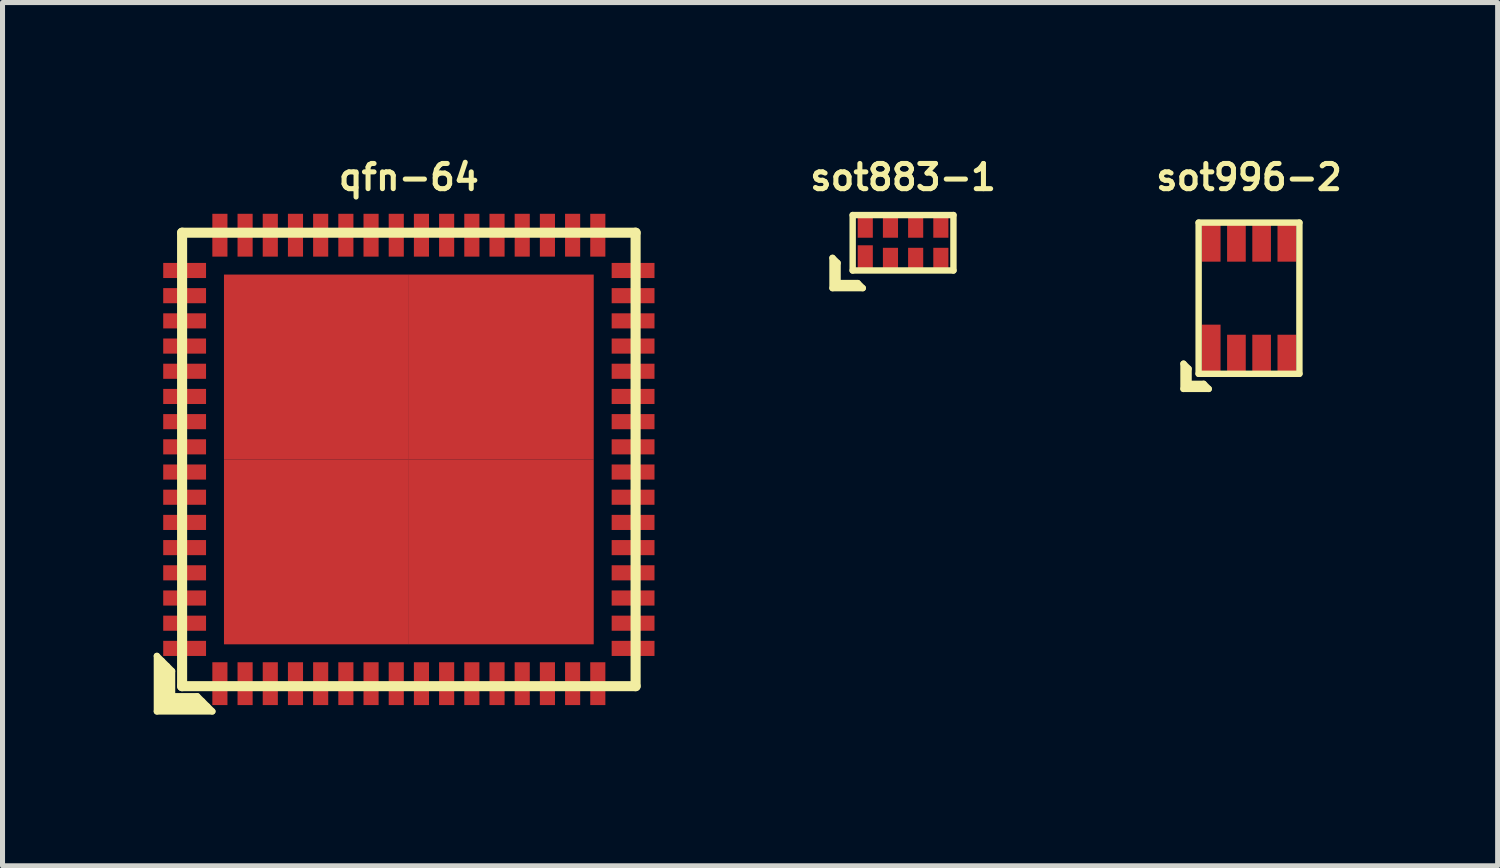
<source format=kicad_pcb>
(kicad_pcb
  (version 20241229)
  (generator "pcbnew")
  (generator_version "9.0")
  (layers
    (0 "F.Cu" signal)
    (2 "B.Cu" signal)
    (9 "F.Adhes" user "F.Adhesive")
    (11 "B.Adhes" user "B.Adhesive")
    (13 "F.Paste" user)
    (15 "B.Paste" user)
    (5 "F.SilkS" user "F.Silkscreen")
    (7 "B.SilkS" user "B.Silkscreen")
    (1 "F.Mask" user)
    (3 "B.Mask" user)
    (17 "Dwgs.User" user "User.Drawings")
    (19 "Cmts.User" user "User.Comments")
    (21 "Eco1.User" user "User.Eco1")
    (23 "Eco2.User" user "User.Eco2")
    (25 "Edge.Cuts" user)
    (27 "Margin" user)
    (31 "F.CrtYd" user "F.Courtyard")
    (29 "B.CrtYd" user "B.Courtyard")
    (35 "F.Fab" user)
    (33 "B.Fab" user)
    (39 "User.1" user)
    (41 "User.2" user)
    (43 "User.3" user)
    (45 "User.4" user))
  (footprint "sot996-2"
    (layer "F.Cu")
    (at 21.738 2.868)
    (property "Reference" "sot996-2" (at 0 -2.4 0) (layer "F.SilkS") (effects (font (size 0.5 0.5) (thickness 0.1))))
    (attr through_hole)
    (fp_line (start -1.3 1.3) (end -1.2 1.4) (stroke (width 0.127) (type solid)) (layer "F.SilkS"))
    (fp_line (start -1.3 1.8) (end -1.3 1.3) (stroke (width 0.127) (type solid)) (layer "F.SilkS"))
    (fp_line (start -1.2 1.4) (end -1.2 1.7) (stroke (width 0.127) (type solid)) (layer "F.SilkS"))
    (fp_line (start -1.2 1.7) (end -0.9 1.7) (stroke (width 0.127) (type solid)) (layer "F.SilkS"))
    (fp_line (start -1 -1.5) (end 1 -1.5) (stroke (width 0.127) (type solid)) (layer "F.SilkS"))
    (fp_line (start -1 1.5) (end -1 -1.5) (stroke (width 0.127) (type solid)) (layer "F.SilkS"))
    (fp_line (start -1 1.5) (end 1 1.5) (stroke (width 0.127) (type solid)) (layer "F.SilkS"))
    (fp_line (start -0.8 1.8) (end -1.3 1.8) (stroke (width 0.127) (type solid)) (layer "F.SilkS"))
    (fp_line (start -0.8 1.8) (end -0.9 1.7) (stroke (width 0.127) (type solid)) (layer "F.SilkS"))
    (fp_line (start 1 -1.5) (end 1 1.5) (stroke (width 0.127) (type solid)) (layer "F.SilkS"))
    (pad "1" smd rect (at -0.75 1.025) (size 0.37 1) (layers "F.Cu" "F.Mask" "F.Paste"))
    (pad "2" smd rect (at -0.25 1.125) (size 0.37 0.8) (layers "F.Cu" "F.Mask" "F.Paste"))
    (pad "3" smd rect (at 0.25 1.125) (size 0.37 0.8) (layers "F.Cu" "F.Mask" "F.Paste"))
    (pad "4" smd rect (at 0.75 1.125) (size 0.37 0.8) (layers "F.Cu" "F.Mask" "F.Paste"))
    (pad "5" smd rect (at 0.75 -1.125) (size 0.37 0.8) (layers "F.Cu" "F.Mask" "F.Paste"))
    (pad "6" smd rect (at 0.25 -1.125) (size 0.37 0.8) (layers "F.Cu" "F.Mask" "F.Paste"))
    (pad "7" smd rect (at -0.25 -1.125) (size 0.37 0.8) (layers "F.Cu" "F.Mask" "F.Paste"))
    (pad "8" smd rect (at -0.75 -1.125) (size 0.37 0.8) (layers "F.Cu" "F.Mask" "F.Paste")))
  (footprint "sot883-1"
    (layer "F.Cu")
    (at 14.872 1.768)
    (property "Reference" "sot883-1" (at 0 -1.3 0) (layer "F.SilkS") (effects (font (size 0.5 0.5) (thickness 0.1))))
    (attr through_hole)
    (fp_line (start -1.4 0.3) (end -1.3 0.4) (stroke (width 0.127) (type solid)) (layer "F.SilkS"))
    (fp_line (start -1.4 0.9) (end -1.4 0.3) (stroke (width 0.127) (type solid)) (layer "F.SilkS"))
    (fp_line (start -1.3 0.4) (end -1.3 0.8) (stroke (width 0.127) (type solid)) (layer "F.SilkS"))
    (fp_line (start -1.3 0.8) (end -0.9 0.8) (stroke (width 0.127) (type solid)) (layer "F.SilkS"))
    (fp_line (start -1 -0.55) (end 1 -0.55) (stroke (width 0.127) (type solid)) (layer "F.SilkS"))
    (fp_line (start -1 0.55) (end -1 -0.55) (stroke (width 0.127) (type solid)) (layer "F.SilkS"))
    (fp_line (start -0.9 0.8) (end -0.8 0.9) (stroke (width 0.127) (type solid)) (layer "F.SilkS"))
    (fp_line (start -0.8 0.9) (end -1.4 0.9) (stroke (width 0.127) (type solid)) (layer "F.SilkS"))
    (fp_line (start 1 -0.55) (end 1 0.55) (stroke (width 0.127) (type solid)) (layer "F.SilkS"))
    (fp_line (start 1 0.55) (end -1 0.55) (stroke (width 0.127) (type solid)) (layer "F.SilkS"))
    (pad "1" smd rect (at -0.75 0.275) (size 0.3 0.45) (layers "F.Cu" "F.Mask" "F.Paste"))
    (pad "2" smd rect (at -0.25 0.3) (size 0.3 0.4) (layers "F.Cu" "F.Mask" "F.Paste"))
    (pad "3" smd rect (at 0.25 0.3) (size 0.3 0.4) (layers "F.Cu" "F.Mask" "F.Paste"))
    (pad "4" smd rect (at 0.75 0.3) (size 0.3 0.4) (layers "F.Cu" "F.Mask" "F.Paste"))
    (pad "5" smd rect (at 0.75 -0.3) (size 0.3 0.4) (layers "F.Cu" "F.Mask" "F.Paste"))
    (pad "6" smd rect (at 0.25 -0.3) (size 0.3 0.4) (layers "F.Cu" "F.Mask" "F.Paste"))
    (pad "7" smd rect (at -0.25 -0.3) (size 0.3 0.4) (layers "F.Cu" "F.Mask" "F.Paste"))
    (pad "8" smd rect (at -0.75 -0.3) (size 0.3 0.4) (layers "F.Cu" "F.Mask" "F.Paste")))
  (footprint "qfn-64"
    (layer "F.Cu")
    (at 5.064 6.068)
    (property "Reference" "qfn-64" (at 0 -5.6 0) (layer "F.SilkS") (effects (font (size 0.5 0.5) (thickness 0.1))))
    (attr through_hole)
    (fp_line (start -5 3.9) (end -5 5) (stroke (width 0.127) (type solid)) (layer "F.SilkS"))
    (fp_line (start -5 5) (end -3.9 5) (stroke (width 0.127) (type solid)) (layer "F.SilkS"))
    (fp_line (start -4.9 4.9) (end -4.9 4) (stroke (width 0.127) (type solid)) (layer "F.SilkS"))
    (fp_line (start -4.8 4.1) (end -4.8 4.8) (stroke (width 0.127) (type solid)) (layer "F.SilkS"))
    (fp_line (start -4.8 4.8) (end -4.1 4.8) (stroke (width 0.127) (type solid)) (layer "F.SilkS"))
    (fp_line (start -4.7 4.2) (end -5 3.9) (stroke (width 0.127) (type solid)) (layer "F.SilkS"))
    (fp_line (start -4.7 4.7) (end -4.7 4.2) (stroke (width 0.127) (type solid)) (layer "F.SilkS"))
    (fp_line (start -4.5 -4.5) (end -4.5 4.5) (stroke (width 0.2) (type solid)) (layer "F.SilkS"))
    (fp_line (start -4.5 4.5) (end 4.5 4.5) (stroke (width 0.2) (type solid)) (layer "F.SilkS"))
    (fp_line (start -4.2 4.7) (end -4.7 4.7) (stroke (width 0.127) (type solid)) (layer "F.SilkS"))
    (fp_line (start -4 4.9) (end -4.9 4.9) (stroke (width 0.127) (type solid)) (layer "F.SilkS"))
    (fp_line (start -3.9 5) (end -4.2 4.7) (stroke (width 0.127) (type solid)) (layer "F.SilkS"))
    (fp_line (start 4.5 -4.5) (end -4.5 -4.5) (stroke (width 0.2) (type solid)) (layer "F.SilkS"))
    (fp_line (start 4.5 4.5) (end 4.5 -4.5) (stroke (width 0.2) (type solid)) (layer "F.SilkS"))
    (pad "1" smd rect (at -3.75 4.45) (size 0.3 0.85) (layers "F.Cu" "F.Mask" "F.Paste"))
    (pad "2" smd rect (at -3.25 4.45) (size 0.3 0.85) (layers "F.Cu" "F.Mask" "F.Paste"))
    (pad "3" smd rect (at -2.75 4.45) (size 0.3 0.85) (layers "F.Cu" "F.Mask" "F.Paste"))
    (pad "4" smd rect (at -2.25 4.45) (size 0.3 0.85) (layers "F.Cu" "F.Mask" "F.Paste"))
    (pad "5" smd rect (at -1.75 4.45) (size 0.3 0.85) (layers "F.Cu" "F.Mask" "F.Paste"))
    (pad "6" smd rect (at -1.25 4.45) (size 0.3 0.85) (layers "F.Cu" "F.Mask" "F.Paste"))
    (pad "7" smd rect (at -0.75 4.45) (size 0.3 0.85) (layers "F.Cu" "F.Mask" "F.Paste"))
    (pad "8" smd rect (at -0.25 4.45) (size 0.3 0.85) (layers "F.Cu" "F.Mask" "F.Paste"))
    (pad "9" smd rect (at 0.25 4.45) (size 0.3 0.85) (layers "F.Cu" "F.Mask" "F.Paste"))
    (pad "10" smd rect (at 0.75 4.45) (size 0.3 0.85) (layers "F.Cu" "F.Mask" "F.Paste"))
    (pad "11" smd rect (at 1.25 4.45) (size 0.3 0.85) (layers "F.Cu" "F.Mask" "F.Paste"))
    (pad "12" smd rect (at 1.75 4.45) (size 0.3 0.85) (layers "F.Cu" "F.Mask" "F.Paste"))
    (pad "13" smd rect (at 2.25 4.45) (size 0.3 0.85) (layers "F.Cu" "F.Mask" "F.Paste"))
    (pad "14" smd rect (at 2.75 4.45) (size 0.3 0.85) (layers "F.Cu" "F.Mask" "F.Paste"))
    (pad "15" smd rect (at 3.25 4.45) (size 0.3 0.85) (layers "F.Cu" "F.Mask" "F.Paste"))
    (pad "16" smd rect (at 3.75 4.45) (size 0.3 0.85) (layers "F.Cu" "F.Mask" "F.Paste"))
    (pad "17" smd rect (at 4.45 3.75) (size 0.85 0.3) (layers "F.Cu" "F.Mask" "F.Paste"))
    (pad "18" smd rect (at 4.45 3.25) (size 0.85 0.3) (layers "F.Cu" "F.Mask" "F.Paste"))
    (pad "19" smd rect (at 4.45 2.75) (size 0.85 0.3) (layers "F.Cu" "F.Mask" "F.Paste"))
    (pad "20" smd rect (at 4.45 2.25) (size 0.85 0.3) (layers "F.Cu" "F.Mask" "F.Paste"))
    (pad "21" smd rect (at 4.45 1.75) (size 0.85 0.3) (layers "F.Cu" "F.Mask" "F.Paste"))
    (pad "22" smd rect (at 4.45 1.25) (size 0.85 0.3) (layers "F.Cu" "F.Mask" "F.Paste"))
    (pad "23" smd rect (at 4.45 0.75) (size 0.85 0.3) (layers "F.Cu" "F.Mask" "F.Paste"))
    (pad "24" smd rect (at 4.45 0.25) (size 0.85 0.3) (layers "F.Cu" "F.Mask" "F.Paste"))
    (pad "25" smd rect (at 4.45 -0.25) (size 0.85 0.3) (layers "F.Cu" "F.Mask" "F.Paste"))
    (pad "26" smd rect (at 4.45 -0.75) (size 0.85 0.3) (layers "F.Cu" "F.Mask" "F.Paste"))
    (pad "27" smd rect (at 4.45 -1.25) (size 0.85 0.3) (layers "F.Cu" "F.Mask" "F.Paste"))
    (pad "28" smd rect (at 4.45 -1.75) (size 0.85 0.3) (layers "F.Cu" "F.Mask" "F.Paste"))
    (pad "29" smd rect (at 4.45 -2.25) (size 0.85 0.3) (layers "F.Cu" "F.Mask" "F.Paste"))
    (pad "30" smd rect (at 4.45 -2.75) (size 0.85 0.3) (layers "F.Cu" "F.Mask" "F.Paste"))
    (pad "31" smd rect (at 4.45 -3.25) (size 0.85 0.3) (layers "F.Cu" "F.Mask" "F.Paste"))
    (pad "32" smd rect (at 4.45 -3.75) (size 0.85 0.3) (layers "F.Cu" "F.Mask" "F.Paste"))
    (pad "33" smd rect (at 3.75 -4.45) (size 0.3 0.85) (layers "F.Cu" "F.Mask" "F.Paste"))
    (pad "34" smd rect (at 3.25 -4.45) (size 0.3 0.85) (layers "F.Cu" "F.Mask" "F.Paste"))
    (pad "35" smd rect (at 2.75 -4.45) (size 0.3 0.85) (layers "F.Cu" "F.Mask" "F.Paste"))
    (pad "36" smd rect (at 2.25 -4.45) (size 0.3 0.85) (layers "F.Cu" "F.Mask" "F.Paste"))
    (pad "37" smd rect (at 1.75 -4.45) (size 0.3 0.85) (layers "F.Cu" "F.Mask" "F.Paste"))
    (pad "38" smd rect (at 1.25 -4.45) (size 0.3 0.85) (layers "F.Cu" "F.Mask" "F.Paste"))
    (pad "39" smd rect (at 0.75 -4.45) (size 0.3 0.85) (layers "F.Cu" "F.Mask" "F.Paste"))
    (pad "40" smd rect (at 0.25 -4.45) (size 0.3 0.85) (layers "F.Cu" "F.Mask" "F.Paste"))
    (pad "41" smd rect (at -0.25 -4.45) (size 0.3 0.85) (layers "F.Cu" "F.Mask" "F.Paste"))
    (pad "42" smd rect (at -0.75 -4.45) (size 0.3 0.85) (layers "F.Cu" "F.Mask" "F.Paste"))
    (pad "43" smd rect (at -1.25 -4.45) (size 0.3 0.85) (layers "F.Cu" "F.Mask" "F.Paste"))
    (pad "44" smd rect (at -1.75 -4.45) (size 0.3 0.85) (layers "F.Cu" "F.Mask" "F.Paste"))
    (pad "45" smd rect (at -2.25 -4.45) (size 0.3 0.85) (layers "F.Cu" "F.Mask" "F.Paste"))
    (pad "46" smd rect (at -2.75 -4.45) (size 0.3 0.85) (layers "F.Cu" "F.Mask" "F.Paste"))
    (pad "47" smd rect (at -3.25 -4.45) (size 0.3 0.85) (layers "F.Cu" "F.Mask" "F.Paste"))
    (pad "48" smd rect (at -3.75 -4.45) (size 0.3 0.85) (layers "F.Cu" "F.Mask" "F.Paste"))
    (pad "49" smd rect (at -4.45 -3.75) (size 0.85 0.3) (layers "F.Cu" "F.Mask" "F.Paste"))
    (pad "50" smd rect (at -4.45 -3.25) (size 0.85 0.3) (layers "F.Cu" "F.Mask" "F.Paste"))
    (pad "51" smd rect (at -4.45 -2.75) (size 0.85 0.3) (layers "F.Cu" "F.Mask" "F.Paste"))
    (pad "52" smd rect (at -4.45 -2.25) (size 0.85 0.3) (layers "F.Cu" "F.Mask" "F.Paste"))
    (pad "53" smd rect (at -4.45 -1.75) (size 0.85 0.3) (layers "F.Cu" "F.Mask" "F.Paste"))
    (pad "54" smd rect (at -4.45 -1.25) (size 0.85 0.3) (layers "F.Cu" "F.Mask" "F.Paste"))
    (pad "55" smd rect (at -4.45 -0.75) (size 0.85 0.3) (layers "F.Cu" "F.Mask" "F.Paste"))
    (pad "56" smd rect (at -4.45 -0.25) (size 0.85 0.3) (layers "F.Cu" "F.Mask" "F.Paste"))
    (pad "57" smd rect (at -4.45 0.25) (size 0.85 0.3) (layers "F.Cu" "F.Mask" "F.Paste"))
    (pad "58" smd rect (at -4.45 0.75) (size 0.85 0.3) (layers "F.Cu" "F.Mask" "F.Paste"))
    (pad "59" smd rect (at -4.45 1.25) (size 0.85 0.3) (layers "F.Cu" "F.Mask" "F.Paste"))
    (pad "60" smd rect (at -4.45 1.75) (size 0.85 0.3) (layers "F.Cu" "F.Mask" "F.Paste"))
    (pad "61" smd rect (at -4.45 2.25) (size 0.85 0.3) (layers "F.Cu" "F.Mask" "F.Paste"))
    (pad "62" smd rect (at -4.45 2.75) (size 0.85 0.3) (layers "F.Cu" "F.Mask" "F.Paste"))
    (pad "63" smd rect (at -4.45 3.25) (size 0.85 0.3) (layers "F.Cu" "F.Mask" "F.Paste"))
    (pad "64" smd rect (at -4.45 3.75) (size 0.85 0.3) (layers "F.Cu" "F.Mask" "F.Paste"))
    (pad "65" smd rect (at -1.834 -1.834) (size 3.67 3.67) (layers "F.Cu" "F.Mask" "F.Paste"))
    (pad "65" smd rect (at -1.834 1.834) (size 3.67 3.67) (layers "F.Cu" "F.Mask" "F.Paste"))
    (pad "65" smd rect (at 1.834 -1.834) (size 3.67 3.67) (layers "F.Cu" "F.Mask" "F.Paste"))
    (pad "65" smd rect (at 1.834 1.834) (size 3.67 3.67) (layers "F.Cu" "F.Mask" "F.Paste")))
  (gr_rect
    (start -3 -3)
    (end 26.672 14.132)
    (stroke (width 0.1) (type default))
    (fill no)
    (layer "Edge.Cuts")))
</source>
